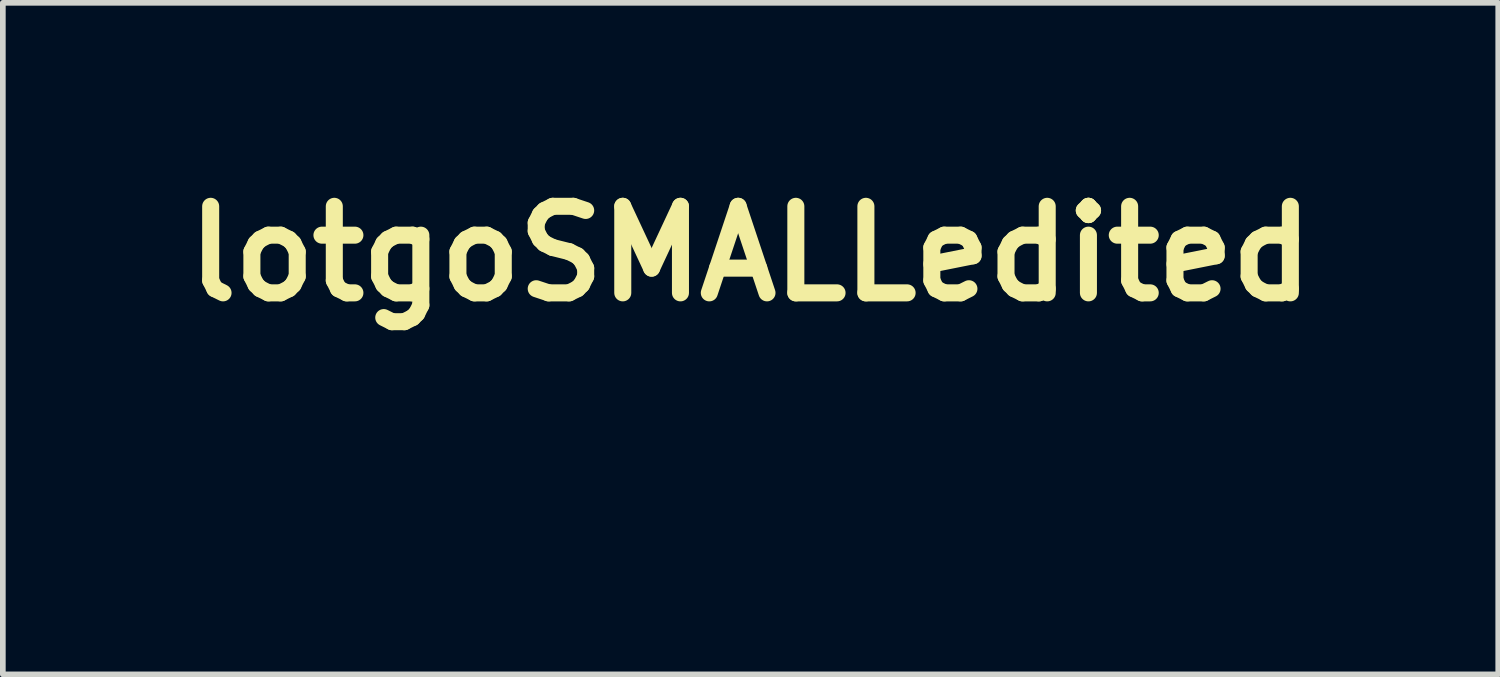
<source format=kicad_pcb>
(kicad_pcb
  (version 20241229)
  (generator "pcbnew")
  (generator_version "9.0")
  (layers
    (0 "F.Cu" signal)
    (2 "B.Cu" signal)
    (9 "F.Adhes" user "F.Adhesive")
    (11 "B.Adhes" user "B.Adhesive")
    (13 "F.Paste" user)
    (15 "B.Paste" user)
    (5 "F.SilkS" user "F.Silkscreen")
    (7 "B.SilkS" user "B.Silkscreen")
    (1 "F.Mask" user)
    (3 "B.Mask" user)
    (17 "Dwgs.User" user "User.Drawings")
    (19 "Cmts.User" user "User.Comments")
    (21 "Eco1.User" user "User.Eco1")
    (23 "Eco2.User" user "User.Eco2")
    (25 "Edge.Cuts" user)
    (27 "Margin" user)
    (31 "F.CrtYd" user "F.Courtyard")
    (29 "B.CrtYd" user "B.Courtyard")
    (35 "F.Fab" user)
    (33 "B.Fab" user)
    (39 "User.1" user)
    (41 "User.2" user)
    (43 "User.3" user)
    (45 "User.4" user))
  (footprint "lotgoSMALLedited"
    (layer "F.Cu")
    (at 10.167 1.418)
    (property "Reference" "lotgoSMALLedited" (at 0 0 0) (layer "F.SilkS") (effects (font (size 1.524 1.524) (thickness 0.3))))
    (attr through_hole)
    (fp_poly (pts (xy -0.913 -0.358) (xy -0.891 -0.318) (xy -0.867 -0.19) (xy -0.83 0.07) (xy -0.785 0.425) (xy -0.736 0.839) (xy -0.686 1.275) (xy -0.64 1.698) (xy -0.603 2.069) (xy -0.578 2.353) (xy -0.569 2.514) (xy -0.569 2.519) (xy -0.555 2.633) (xy -0.477 2.69) (xy -0.291 2.708) (xy -0.16 2.709) (xy 0.087 2.703) (xy 0.209 2.668) (xy 0.25 2.575) (xy 0.254 2.454) (xy 0.279 2.218) (xy 0.33 2.052) (xy 0.435 1.784) (xy 0.533 1.423) (xy 0.604 1.045) (xy 0.623 0.889) (xy 0.665 0.595) (xy 0.736 0.254) (xy 0.768 0.127) (xy 0.882 -0.296) (xy 0.956 0.042) (xy 1.008 0.333) (xy 1.055 0.683) (xy 1.071 0.847) (xy 1.119 1.172) (xy 1.196 1.477) (xy 1.242 1.598) (xy 1.323 1.846) (xy 1.391 2.173) (xy 1.418 2.388) (xy 1.45 2.668) (xy 1.491 2.813) (xy 1.556 2.859) (xy 1.626 2.85) (xy 1.779 2.872) (xy 1.861 3.001) (xy 2.004 3.201) (xy 2.208 3.273) (xy 2.318 3.252) (xy 2.364 3.223) (xy 2.404 3.159) (xy 2.442 3.038) (xy 2.483 2.836) (xy 2.532 2.531) (xy 2.593 2.1) (xy 2.654 1.651) (xy 2.703 1.301) (xy 2.737 1.103) (xy 2.764 1.039) (xy 2.79 1.093) (xy 2.817 1.228) (xy 2.852 1.514) (xy 2.874 1.866) (xy 2.878 2.048) (xy 2.892 2.319) (xy 2.928 2.516) (xy 2.963 2.582) (xy 3.026 2.698) (xy 3.048 2.867) (xy 3.093 3.108) (xy 3.243 3.247) (xy 3.521 3.3) (xy 3.615 3.302) (xy 3.979 3.302) (xy 3.979 2.39) (xy 4.487 2.397) (xy 4.995 2.404) (xy 4.996 2.959) (xy 5.005 3.34) (xy 5.029 3.734) (xy 5.05 3.958) (xy 5.104 4.403) (xy -4.487 4.403) (xy -4.487 4.029) (xy -4.467 3.671) (xy -4.401 3.463) (xy -4.284 3.388) (xy -4.267 3.387) (xy -4.182 3.317) (xy -4.149 3.1) (xy -4.149 3.048) (xy -4.13 2.819) (xy -4.066 2.72) (xy -4.011 2.709) (xy -3.921 2.675) (xy -3.904 2.544) (xy -3.92 2.418) (xy -3.93 2.207) (xy -3.884 2.1) (xy -3.879 2.097) (xy -3.83 2.004) (xy -3.783 1.787) (xy -3.749 1.491) (xy -3.746 1.455) (xy -3.712 1.139) (xy -3.668 0.914) (xy -3.622 0.797) (xy -3.583 0.805) (xy -3.559 0.954) (xy -3.556 1.085) (xy -3.526 1.387) (xy -3.45 1.712) (xy -3.429 1.778) (xy -3.349 2.062) (xy -3.305 2.325) (xy -3.302 2.384) (xy -3.261 2.583) (xy -3.175 2.679) (xy -3.075 2.792) (xy -3.048 2.924) (xy -3.001 3.13) (xy -2.935 3.234) (xy -2.809 3.399) (xy -2.772 3.473) (xy -2.749 3.453) (xy -2.731 3.294) (xy -2.719 3.027) (xy -2.716 2.874) (xy -2.704 2.536) (xy -2.679 2.261) (xy -2.645 2.095) (xy -2.631 2.07) (xy -2.565 1.933) (xy -2.525 1.742) (xy -2.47 1.539) (xy -2.388 1.458) (xy -2.314 1.51) (xy -2.286 1.681) (xy -2.261 1.879) (xy -2.201 1.99) (xy -2.147 2.101) (xy -2.118 2.311) (xy -2.117 2.37) (xy -2.083 2.765) (xy -1.977 3.013) (xy -1.794 3.124) (xy -1.708 3.133) (xy -1.465 3.133) (xy -1.415 2.307) (xy -1.363 1.565) (xy -1.306 0.92) (xy -1.245 0.385) (xy -1.181 -0.026) (xy -1.118 -0.298) (xy -1.056 -0.419) (xy -1.042 -0.423) (xy -0.913 -0.358)) (stroke (width 0.01) (type solid)) (fill yes) (layer "F.Mask")))
  (gr_rect
    (start -3 -3)
    (end 23.335 8.826)
    (stroke (width 0.1) (type default))
    (fill no)
    (layer "Edge.Cuts")))
</source>
